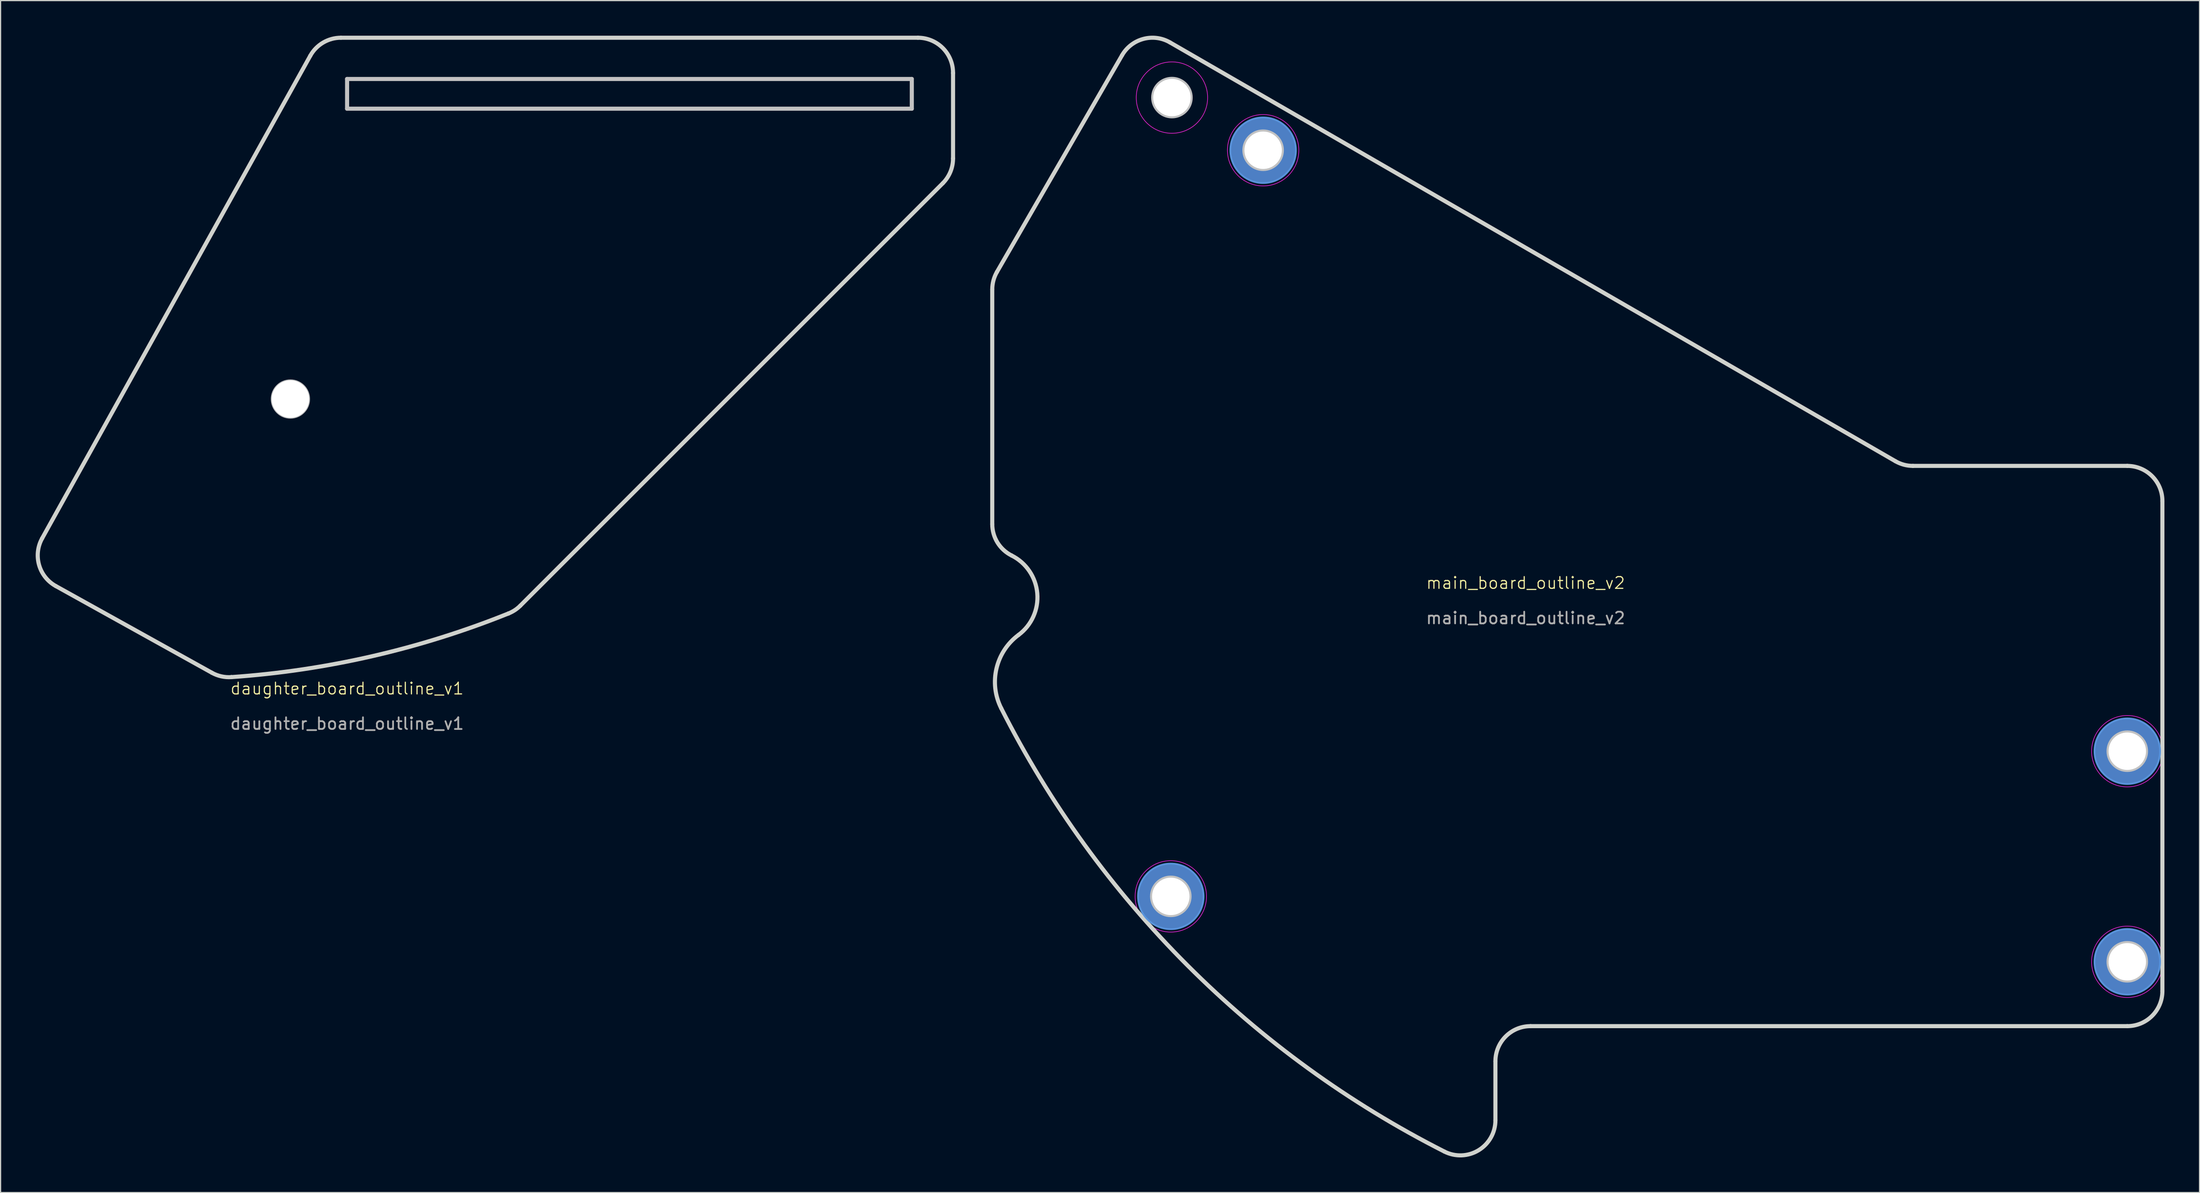
<source format=kicad_pcb>
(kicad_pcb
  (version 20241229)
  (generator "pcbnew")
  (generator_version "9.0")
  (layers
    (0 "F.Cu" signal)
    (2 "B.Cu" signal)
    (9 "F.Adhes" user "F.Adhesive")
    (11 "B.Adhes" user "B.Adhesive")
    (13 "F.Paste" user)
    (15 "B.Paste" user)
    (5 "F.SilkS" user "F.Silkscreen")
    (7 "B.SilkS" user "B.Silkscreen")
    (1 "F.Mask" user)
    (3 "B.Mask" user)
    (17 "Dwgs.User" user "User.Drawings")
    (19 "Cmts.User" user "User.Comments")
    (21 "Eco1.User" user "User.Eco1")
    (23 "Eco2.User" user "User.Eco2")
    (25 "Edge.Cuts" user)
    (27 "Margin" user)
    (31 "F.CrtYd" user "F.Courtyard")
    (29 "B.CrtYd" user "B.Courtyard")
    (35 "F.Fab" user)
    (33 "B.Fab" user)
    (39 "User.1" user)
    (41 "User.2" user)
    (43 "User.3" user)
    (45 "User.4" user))
  (footprint "daughter_board_outline_v1"
    (layer "F.Cu")
    (at 26.612 3.7)
    (property "Reference" "daughter_board_outline_v1" (at 0 52.1 0) (unlocked yes) (layer "F.SilkS") (effects (font (size 1 1) (thickness 0.1))))
    (attr through_hole)
    (fp_line (start 0 0) (end 48.26 0) (stroke (width 0.35) (type default)) (layer "Dwgs.User"))
    (fp_line (start 0 2.54) (end 0 0) (stroke (width 0.35) (type default)) (layer "Dwgs.User"))
    (fp_line (start 48.26 0) (end 48.26 2.54) (stroke (width 0.35) (type default)) (layer "Dwgs.User"))
    (fp_line (start 48.26 2.54) (end 0 2.54) (stroke (width 0.35) (type default)) (layer "Dwgs.User"))
    (fp_circle (center -4.844 27.355) (end -3.344 27.355) (stroke (width 0.35) (type default)) (fill no) (layer "Dwgs.User"))
    (fp_line (start -26.06 39.26) (end -3.147 -1.982) (stroke (width 0.35) (type default)) (layer "Edge.Cuts"))
    (fp_line (start -24.894 43.339) (end -11.552 50.751) (stroke (width 0.35) (type default)) (layer "Edge.Cuts"))
    (fp_line (start -9.888 51.122) (end -9.888 51.122) (stroke (width 0.35) (type default)) (layer "Edge.Cuts"))
    (fp_line (start 13.803 45.678) (end 13.803 45.678) (stroke (width 0.35) (type default)) (layer "Edge.Cuts"))
    (fp_line (start 14.805 45.016) (end 50.911 8.91) (stroke (width 0.35) (type default)) (layer "Edge.Cuts"))
    (fp_line (start 48.785 -3.525) (end -0.525 -3.525) (stroke (width 0.35) (type default)) (layer "Edge.Cuts"))
    (fp_line (start 51.785 -0.507) (end 51.785 6.793) (stroke (width 0.35) (type default)) (layer "Edge.Cuts"))
    (fp_arc (start -24.894135 43.339199) (mid -26.32175 41.540901) (end -26.05964 39.25982) (stroke (width 0.35) (type default)) (layer "Edge.Cuts"))
    (fp_arc (start -9.887759 51.121561) (mid -10.746977 51.057184) (end -11.552459 50.751242) (stroke (width 0.35) (type default)) (layer "Edge.Cuts"))
    (fp_arc (start -3.147487 -1.982057) (mid -2.046453 -3.110685) (end -0.525146 -3.525055) (stroke (width 0.35) (type default)) (layer "Edge.Cuts"))
    (fp_arc (start 13.802969 45.677673) (mid 2.171106 49.328734) (end -9.88776 51.121561) (stroke (width 0.35) (type default)) (layer "Edge.Cuts"))
    (fp_arc (start 14.804771 45.015716) (mid 14.337328 45.397328) (end 13.80297 45.677673) (stroke (width 0.35) (type default)) (layer "Edge.Cuts"))
    (fp_arc (start 48.785054 -3.525055) (mid 50.912678 -2.640016) (end 51.785055 -0.507169) (stroke (width 0.35) (type default)) (layer "Edge.Cuts"))
    (fp_arc (start 51.785055 6.792799) (mid 51.55784 7.938078) (end 50.910613 8.909873) (stroke (width 0.35) (type default)) (layer "Edge.Cuts"))
    (fp_text user "${REFERENCE}" (at 0 55.1 0) (unlocked yes) (layer "F.Fab") (effects (font (size 1 1) (thickness 0.15))))
    (pad "" np_thru_hole circle (at -4.844 27.355) (size 3.2 3.2) (drill 3.2) (layers "*.Cu" "*.Mask")))
  (footprint "main_board_outline_v2"
    (layer "F.Cu")
    (at 127.756 47.77)
    (property "Reference" "main_board_outline_v2" (at -0.429 -0.995 0) (unlocked yes) (layer "F.SilkS") (effects (font (size 1 1) (thickness 0.1))))
    (attr through_hole exclude_from_bom)
    (fp_line (start -45 -15.2) (end -45 -8.1) (stroke (width 2) (type default)) (layer "F.Mask"))
    (fp_line (start -45 -8.1) (end -45 -6.023) (stroke (width 2) (type solid)) (layer "F.Mask"))
    (fp_line (start -22.85 -41.45) (end 30.683 -10.536) (stroke (width 2) (type solid)) (layer "F.Mask"))
    (fp_line (start -4 39.883) (end -4 44.929) (stroke (width 2) (type solid)) (layer "F.Mask"))
    (fp_line (start 32.683 -10) (end 51 -10) (stroke (width 2) (type solid)) (layer "F.Mask"))
    (fp_line (start 51 35.883) (end 0 35.883) (stroke (width 2) (type solid)) (layer "F.Mask"))
    (fp_line (start 53 -8) (end 53 33.883) (stroke (width 2) (type solid)) (layer "F.Mask"))
    (fp_rect (start -46 -17.1) (end -44 -14) (stroke (width 0) (type solid)) (fill yes) (layer "F.Mask"))
    (fp_rect (start 48.2 31.375) (end 52.4 34.9) (stroke (width 0) (type solid)) (fill yes) (layer "F.Mask"))
    (fp_rect (start 50.9 10.575) (end 54 16.2) (stroke (width 0) (type solid)) (fill yes) (layer "F.Mask"))
    (fp_rect (start 50.9 28.575) (end 54 32.1) (stroke (width 0) (type solid)) (fill yes) (layer "F.Mask"))
    (fp_arc (start -44.340323 9.266131) (mid -44.664403 6.541095) (end -43.156129 4.248506) (stroke (width 2) (type solid)) (layer "F.Mask"))
    (fp_arc (start -43.896309 -4.235489) (mid -44.701842 -4.972842) (end -45 -6.023401) (stroke (width 2) (type solid)) (layer "F.Mask"))
    (fp_arc (start -43.896309 -4.235489) (mid -41.155989 -0.200281) (end -43.156129 4.248506) (stroke (width 2) (type solid)) (layer "F.Mask"))
    (fp_arc (start -6.903614 46.713078) (mid -28.612293 30.979111) (end -44.340324 9.266131) (stroke (width 2) (type solid)) (layer "F.Mask"))
    (fp_arc (start -4 39.883253) (mid -2.828437 37.054816) (end 0 35.883253) (stroke (width 2) (type solid)) (layer "F.Mask"))
    (fp_arc (start -4 44.928847) (mid -4.952925 46.632831) (end -6.903614 46.713078) (stroke (width 2) (type solid)) (layer "F.Mask"))
    (fp_arc (start 32.682975 -10) (mid 31.647701 -10.136298) (end 30.682975 -10.535898) (stroke (width 2) (type solid)) (layer "F.Mask"))
    (fp_arc (start 51 -10) (mid 52.414224 -9.414227) (end 53 -8) (stroke (width 2) (type solid)) (layer "F.Mask"))
    (fp_arc (start 53 33.883253) (mid 52.414211 35.297475) (end 51 35.883253) (stroke (width 2) (type solid)) (layer "F.Mask"))
    (fp_poly (pts (xy -28.781 27.811) (xy -31.103 29.865) (xy -34.83 25.652) (xy -32.509 23.597)) (stroke (width 0) (type solid)) (fill yes) (layer "F.Mask"))
    (fp_poly (pts (xy -28.539 -46.071) (xy -18.352 -40.19) (xy -20.452 -36.553) (xy -30.639 -42.434)) (stroke (width 0) (type solid)) (fill yes) (layer "F.Mask"))
    (fp_line (start -45 -15.7) (end -45 -8.1) (stroke (width 2) (type default)) (layer "B.Mask"))
    (fp_line (start -45 -8.1) (end -45 -6.023) (stroke (width 2) (type solid)) (layer "B.Mask"))
    (fp_line (start -22.85 -41.45) (end 30.683 -10.536) (stroke (width 2) (type solid)) (layer "B.Mask"))
    (fp_line (start -4 39.883) (end -4 44.929) (stroke (width 2) (type solid)) (layer "B.Mask"))
    (fp_line (start 32.683 -10) (end 51 -10) (stroke (width 2) (type solid)) (layer "B.Mask"))
    (fp_line (start 51 35.883) (end 0 35.883) (stroke (width 2) (type solid)) (layer "B.Mask"))
    (fp_line (start 53 -8) (end 53 33.883) (stroke (width 2) (type solid)) (layer "B.Mask"))
    (fp_rect (start -46 -17.1) (end -44 -14) (stroke (width 0) (type solid)) (fill yes) (layer "B.Mask"))
    (fp_rect (start 48.2 31.375) (end 52.4 34.9) (stroke (width 0) (type solid)) (fill yes) (layer "B.Mask"))
    (fp_rect (start 50.9 10.575) (end 54 16.2) (stroke (width 0) (type solid)) (fill yes) (layer "B.Mask"))
    (fp_rect (start 50.9 28.575) (end 54 32.1) (stroke (width 0) (type solid)) (fill yes) (layer "B.Mask"))
    (fp_arc (start -44.340323 9.266131) (mid -44.664403 6.541095) (end -43.156129 4.248506) (stroke (width 2) (type solid)) (layer "B.Mask"))
    (fp_arc (start -43.896309 -4.235489) (mid -44.70184 -4.972843) (end -45 -6.023401) (stroke (width 2) (type solid)) (layer "B.Mask"))
    (fp_arc (start -43.896309 -4.235489) (mid -41.155989 -0.20028) (end -43.156129 4.248506) (stroke (width 2) (type solid)) (layer "B.Mask"))
    (fp_arc (start -6.903614 46.713078) (mid -28.612292 30.97911) (end -44.340324 9.266131) (stroke (width 2) (type solid)) (layer "B.Mask"))
    (fp_arc (start -4 39.883253) (mid -2.828437 37.054816) (end 0 35.883253) (stroke (width 2) (type solid)) (layer "B.Mask"))
    (fp_arc (start -4 44.928847) (mid -4.952925 46.632831) (end -6.903614 46.713078) (stroke (width 2) (type solid)) (layer "B.Mask"))
    (fp_arc (start 32.682975 -10) (mid 31.647701 -10.136298) (end 30.682975 -10.535898) (stroke (width 2) (type solid)) (layer "B.Mask"))
    (fp_arc (start 51 -10) (mid 52.414228 -9.414228) (end 53 -8) (stroke (width 2) (type solid)) (layer "B.Mask"))
    (fp_arc (start 53 33.883253) (mid 52.414217 35.297485) (end 51 35.883253) (stroke (width 2) (type solid)) (layer "B.Mask"))
    (fp_poly (pts (xy -28.781 27.811) (xy -31.103 29.865) (xy -34.83 25.652) (xy -32.509 23.597)) (stroke (width 0) (type solid)) (fill yes) (layer "B.Mask"))
    (fp_poly (pts (xy -28.539 -46.071) (xy -18.352 -40.19) (xy -20.452 -36.553) (xy -30.639 -42.434)) (stroke (width 0) (type solid)) (fill yes) (layer "B.Mask"))
    (fp_circle (center -30.75 25.792) (end -29.15 25.792) (stroke (width 0.35) (type solid)) (fill no) (layer "Dwgs.User"))
    (fp_circle (center -30.653 -42.479) (end -29.053 -42.479) (stroke (width 0.35) (type solid)) (fill no) (layer "Dwgs.User"))
    (fp_circle (center -22.859 -37.979) (end -21.259 -37.979) (stroke (width 0.35) (type solid)) (fill no) (layer "Dwgs.User"))
    (fp_circle (center 50.991 13.383) (end 52.591 13.383) (stroke (width 0.35) (type solid)) (fill no) (layer "Dwgs.User"))
    (fp_circle (center 50.991 31.383) (end 52.591 31.383) (stroke (width 0.35) (type solid)) (fill no) (layer "Dwgs.User"))
    (fp_circle (center -30.75 25.793) (end -27.95 25.793) (stroke (width 0.15) (type solid)) (fill no) (layer "Cmts.User"))
    (fp_circle (center -22.859 -37.979) (end -20.059 -37.979) (stroke (width 0.15) (type solid)) (fill no) (layer "Cmts.User"))
    (fp_circle (center 50.992 13.384) (end 53.792 13.384) (stroke (width 0.15) (type solid)) (fill no) (layer "Cmts.User"))
    (fp_circle (center 50.992 31.384) (end 53.792 31.384) (stroke (width 0.15) (type solid)) (fill no) (layer "Cmts.User"))
    (fp_line (start -46.009 -26.079) (end -46.009 -6.023) (stroke (width 0.35) (type solid)) (layer "Edge.Cuts"))
    (fp_line (start -34.916 -46.095) (end -45.607 -27.579) (stroke (width 0.35) (type solid)) (layer "Edge.Cuts"))
    (fp_line (start -30.818 -47.193) (end 31.174 -11.402) (stroke (width 0.35) (type solid)) (layer "Edge.Cuts"))
    (fp_line (start -3.009 39.883) (end -3.009 44.929) (stroke (width 0.35) (type solid)) (layer "Edge.Cuts"))
    (fp_line (start 32.674 -11) (end 50.991 -11) (stroke (width 0.35) (type solid)) (layer "Edge.Cuts"))
    (fp_line (start 50.991 36.883) (end -0.009 36.883) (stroke (width 0.35) (type solid)) (layer "Edge.Cuts"))
    (fp_line (start 53.991 -8) (end 53.991 33.883) (stroke (width 0.35) (type solid)) (layer "Edge.Cuts"))
    (fp_arc (start -46.00868 -26.078963) (mid -45.906466 -26.855422) (end -45.606756 -27.578963) (stroke (width 0.35) (type solid)) (layer "Edge.Cuts"))
    (fp_arc (start -45.241243 9.717693) (mid -45.646335 6.311399) (end -43.761 3.445662) (stroke (width 0.35) (type solid)) (layer "Edge.Cuts"))
    (fp_arc (start -44.353144 -3.341534) (mid -45.561442 -4.447564) (end -46.00868 -6.023402) (stroke (width 0.35) (type solid)) (layer "Edge.Cuts"))
    (fp_arc (start -44.353144 -3.341534) (mid -42.160897 -0.113366) (end -43.761 3.445662) (stroke (width 0.35) (type solid)) (layer "Edge.Cuts"))
    (fp_arc (start -34.916356 -46.095278) (mid -33.094744 -47.49308) (end -30.81828 -47.193354) (stroke (width 0.35) (type solid)) (layer "Edge.Cuts"))
    (fp_arc (start -7.364102 47.605193) (mid -29.328177 31.68612) (end -45.241243 9.717693) (stroke (width 0.35) (type solid)) (layer "Edge.Cuts"))
    (fp_arc (start -3.00868 39.883252) (mid -2.129988 37.761944) (end -0.00868 36.883252) (stroke (width 0.35) (type solid)) (layer "Edge.Cuts"))
    (fp_arc (start -3.00868 44.928846) (mid -4.438041 47.484867) (end -7.364102 47.605193) (stroke (width 0.35) (type solid)) (layer "Edge.Cuts"))
    (fp_arc (start 32.674296 -11) (mid 31.897836 -11.102219) (end 31.174296 -11.401924) (stroke (width 0.35) (type solid)) (layer "Edge.Cuts"))
    (fp_arc (start 50.99132 -11) (mid 53.11267 -10.121345) (end 53.99132 -8) (stroke (width 0.35) (type solid)) (layer "Edge.Cuts"))
    (fp_arc (start 53.99132 33.883252) (mid 53.112651 36.004581) (end 50.99132 36.883252) (stroke (width 0.35) (type solid)) (layer "Edge.Cuts"))
    (fp_circle (center -30.75 25.793) (end -27.7 25.793) (stroke (width 0.05) (type solid)) (fill no) (layer "F.CrtYd"))
    (fp_circle (center -30.653 -42.479) (end -27.603 -42.479) (stroke (width 0.05) (type solid)) (fill no) (layer "F.CrtYd"))
    (fp_circle (center -22.859 -37.979) (end -19.809 -37.979) (stroke (width 0.05) (type solid)) (fill no) (layer "F.CrtYd"))
    (fp_circle (center 50.992 13.384) (end 54.042 13.384) (stroke (width 0.05) (type solid)) (fill no) (layer "F.CrtYd"))
    (fp_circle (center 50.992 31.384) (end 54.042 31.384) (stroke (width 0.05) (type solid)) (fill no) (layer "F.CrtYd"))
    (fp_text user "${REFERENCE}" (at -0.429 2.005 0) (unlocked yes) (layer "F.Fab") (effects (font (size 1 1) (thickness 0.15))))
    (pad "" np_thru_hole circle (at -30.653 -42.479) (size 3.2 3.2) (drill 3.2) (layers "*.Cu" "*.Mask"))
    (pad "2" thru_hole circle (at -22.859 -37.979) (size 3.6 3.6) (drill 3.2) (layers "*.Cu" "*.Mask"))
    (pad "2" connect circle (at -22.859 -37.979) (size 5.6 5.6) (layers "F.Cu" "F.Mask"))
    (pad "2" connect circle (at -22.859 -37.979) (size 5.6 5.6) (layers "B.Cu" "B.Mask"))
    (pad "3" thru_hole circle (at 50.992 13.384) (size 3.6 3.6) (drill 3.2) (layers "*.Cu" "*.Mask"))
    (pad "3" connect circle (at 50.992 13.384) (size 5.6 5.6) (layers "F.Cu" "F.Mask"))
    (pad "3" connect circle (at 50.992 13.384) (size 5.6 5.6) (layers "B.Cu" "B.Mask"))
    (pad "4" thru_hole circle (at 50.992 31.384) (size 3.6 3.6) (drill 3.2) (layers "*.Cu" "*.Mask"))
    (pad "4" connect circle (at 50.992 31.384) (size 5.6 5.6) (layers "F.Cu" "F.Mask"))
    (pad "4" connect circle (at 50.992 31.384 90) (size 5.6 5.6) (layers "B.Cu" "B.Mask"))
    (pad "5" thru_hole circle (at -30.75 25.793) (size 3.6 3.6) (drill 3.2) (layers "*.Cu" "*.Mask"))
    (pad "5" connect circle (at -30.75 25.793) (size 5.6 5.6) (layers "F.Cu" "F.Mask"))
    (pad "5" connect circle (at -30.75 25.793) (size 5.6 5.6) (layers "B.Cu" "B.Mask")))
  (gr_rect
    (start -3 -3)
    (end 184.922 98.874)
    (stroke (width 0.1) (type default))
    (fill no)
    (layer "Edge.Cuts")))
</source>
